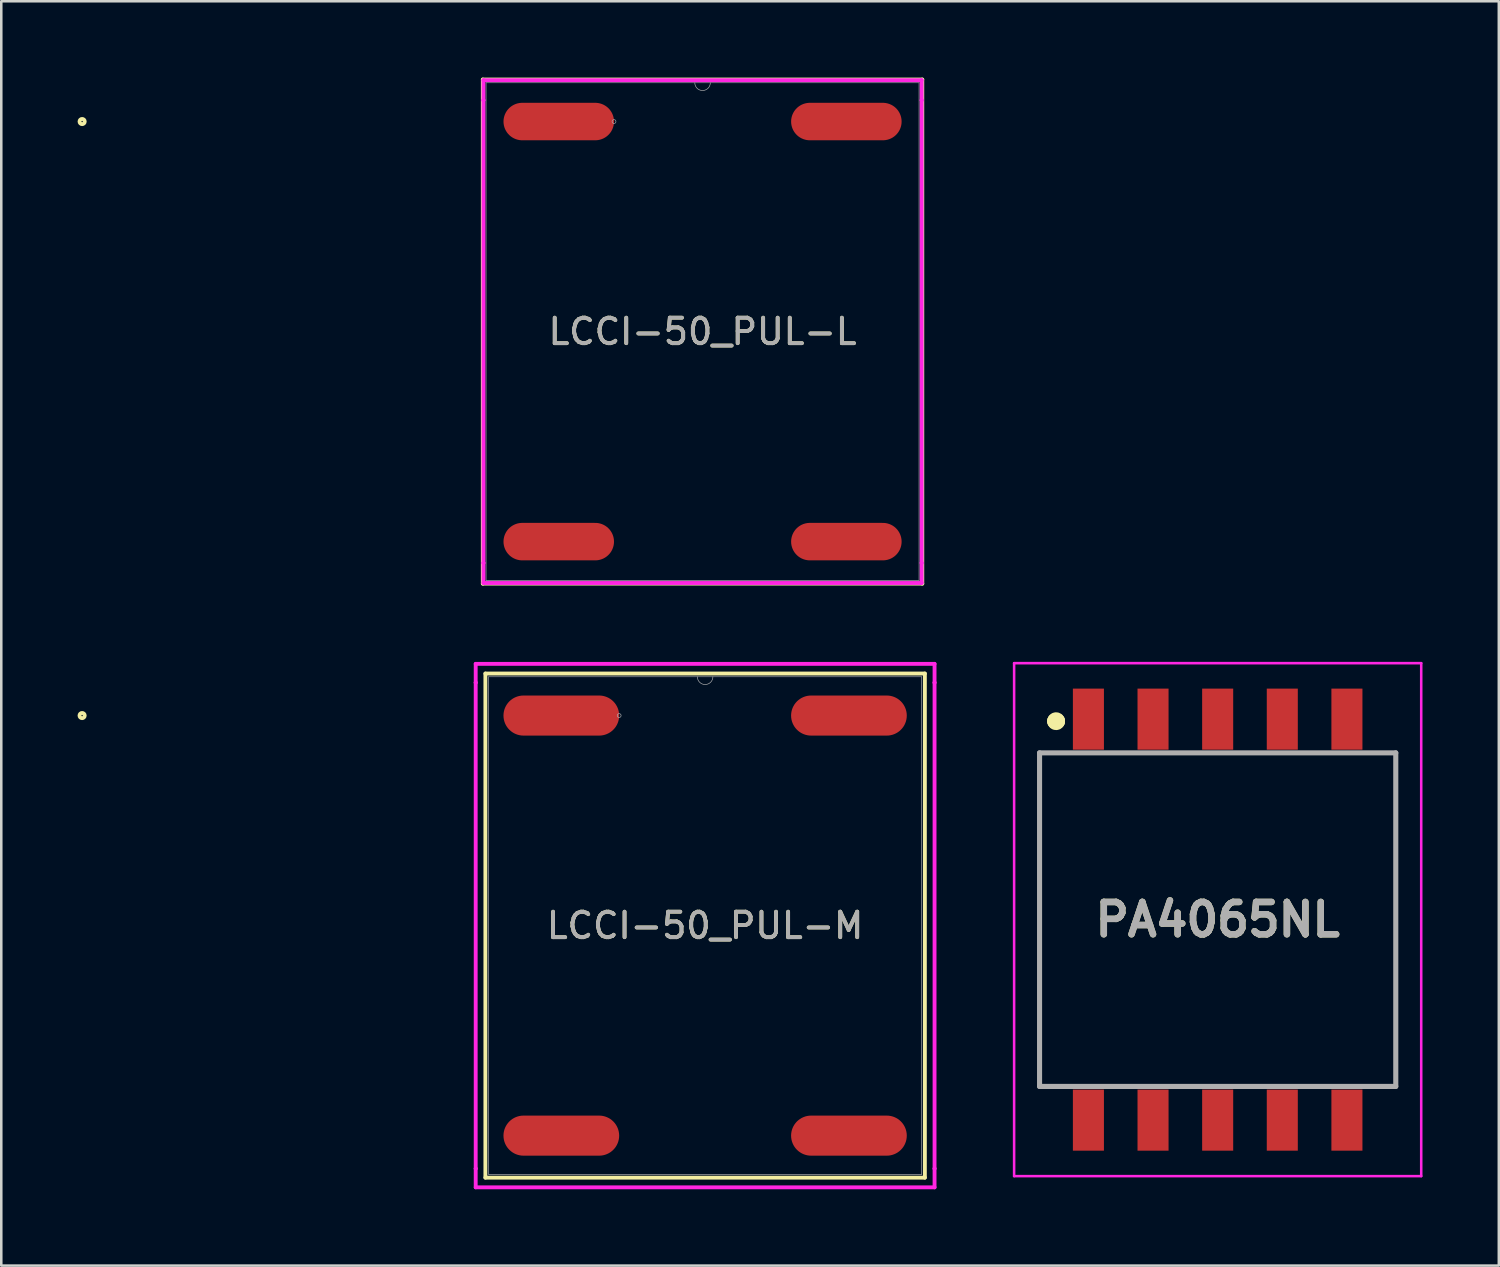
<source format=kicad_pcb>
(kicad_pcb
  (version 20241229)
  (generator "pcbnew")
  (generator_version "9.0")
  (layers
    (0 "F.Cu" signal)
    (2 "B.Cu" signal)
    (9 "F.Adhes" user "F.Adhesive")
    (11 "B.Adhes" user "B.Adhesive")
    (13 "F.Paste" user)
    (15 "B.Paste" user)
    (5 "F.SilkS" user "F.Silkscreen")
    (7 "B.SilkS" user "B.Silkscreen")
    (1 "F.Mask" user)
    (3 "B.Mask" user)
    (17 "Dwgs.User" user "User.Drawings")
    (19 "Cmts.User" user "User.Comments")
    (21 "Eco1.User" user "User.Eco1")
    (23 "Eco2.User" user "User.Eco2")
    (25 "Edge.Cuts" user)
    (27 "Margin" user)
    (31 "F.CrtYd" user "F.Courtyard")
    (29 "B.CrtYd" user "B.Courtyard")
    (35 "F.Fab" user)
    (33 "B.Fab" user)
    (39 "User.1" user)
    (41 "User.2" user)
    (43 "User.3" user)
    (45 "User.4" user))
  (footprint "LCCI-50_PUL-L"
    (layer "F.Cu")
    (at 24.562 9.982)
    (property "Reference" "LCCI-50_PUL-L" (at 0 0 0) (unlocked yes) (layer "F.SilkS") (effects (font (size 1 1) (thickness 0.15))))
    (attr smd)
    (fp_line (start -8.636 -9.906) (end -8.636 9.906) (stroke (width 0.152) (type solid)) (layer "F.SilkS"))
    (fp_line (start -8.636 9.906) (end 8.636 9.906) (stroke (width 0.152) (type solid)) (layer "F.SilkS"))
    (fp_line (start 8.636 -9.906) (end -8.636 -9.906) (stroke (width 0.152) (type solid)) (layer "F.SilkS"))
    (fp_line (start 8.636 9.906) (end 8.636 -9.906) (stroke (width 0.152) (type solid)) (layer "F.SilkS"))
    (fp_circle (center -24.384 -8.255) (end -24.282 -8.255) (stroke (width 0.152) (type solid)) (fill no) (layer "F.SilkS"))
    (fp_line (start -8.611 -9.881) (end 8.611 -9.881) (stroke (width 0.152) (type solid)) (layer "F.CrtYd"))
    (fp_line (start -8.611 -9.093) (end -8.611 -9.881) (stroke (width 0.152) (type solid)) (layer "F.CrtYd"))
    (fp_line (start -8.611 -9.093) (end -8.611 -9.093) (stroke (width 0.152) (type solid)) (layer "F.CrtYd"))
    (fp_line (start -8.611 9.093) (end -8.611 -9.093) (stroke (width 0.152) (type solid)) (layer "F.CrtYd"))
    (fp_line (start -8.611 9.093) (end -8.611 9.093) (stroke (width 0.152) (type solid)) (layer "F.CrtYd"))
    (fp_line (start -8.611 9.881) (end -8.611 9.093) (stroke (width 0.152) (type solid)) (layer "F.CrtYd"))
    (fp_line (start 8.611 -9.881) (end 8.611 -9.093) (stroke (width 0.152) (type solid)) (layer "F.CrtYd"))
    (fp_line (start 8.611 -9.093) (end 8.611 -9.093) (stroke (width 0.152) (type solid)) (layer "F.CrtYd"))
    (fp_line (start 8.611 -9.093) (end 8.611 9.093) (stroke (width 0.152) (type solid)) (layer "F.CrtYd"))
    (fp_line (start 8.611 9.093) (end 8.611 9.093) (stroke (width 0.152) (type solid)) (layer "F.CrtYd"))
    (fp_line (start 8.611 9.093) (end 8.611 9.881) (stroke (width 0.152) (type solid)) (layer "F.CrtYd"))
    (fp_line (start 8.611 9.881) (end -8.611 9.881) (stroke (width 0.152) (type solid)) (layer "F.CrtYd"))
    (fp_line (start -8.509 -9.779) (end -8.509 9.779) (stroke (width 0.025) (type solid)) (layer "F.Fab"))
    (fp_line (start -8.509 9.779) (end 8.509 9.779) (stroke (width 0.025) (type solid)) (layer "F.Fab"))
    (fp_line (start 8.509 -9.779) (end -8.509 -9.779) (stroke (width 0.025) (type solid)) (layer "F.Fab"))
    (fp_line (start 8.509 9.779) (end 8.509 -9.779) (stroke (width 0.025) (type solid)) (layer "F.Fab"))
    (fp_arc (start 0.3048 -9.779) (mid 0 -9.4742) (end -0.3048 -9.779) (stroke (width 0.0254) (type solid)) (layer "F.Fab"))
    (fp_circle (center -3.48 -8.255) (end -3.404 -8.255) (stroke (width 0.025) (type solid)) (fill no) (layer "F.Fab"))
    (fp_text user "${REFERENCE}" (at 0 0 0) (unlocked yes) (layer "F.Fab") (effects (font (size 1 1) (thickness 0.15))))
    (pad "1" smd oval (at -5.652 -8.255) (size 4.343 1.473) (layers "F.Cu" "F.Mask" "F.Paste"))
    (pad "2" smd oval (at -5.652 8.255) (size 4.343 1.473) (layers "F.Cu" "F.Mask" "F.Paste"))
    (pad "3" smd oval (at 5.652 8.255) (size 4.343 1.473) (layers "F.Cu" "F.Mask" "F.Paste"))
    (pad "4" smd oval (at 5.652 -8.255) (size 4.343 1.473) (layers "F.Cu" "F.Mask" "F.Paste")))
  (footprint "PA4065NL"
    (layer "F.Cu")
    (at 44.807 33.094)
    (property "Reference" "PA4065NL" (at 0 0 0) (layer "F.SilkS") (effects (font (size 1.27 1.27) (thickness 0.254))))
    (attr smd)
    (fp_line (start -7 -6.555) (end 7 -6.555) (stroke (width 0.1) (type solid)) (layer "F.SilkS"))
    (fp_line (start -7 6.555) (end -7 -6.555) (stroke (width 0.1) (type solid)) (layer "F.SilkS"))
    (fp_line (start -6.4 -7.8) (end -6.4 -7.8) (stroke (width 0.6) (type solid)) (layer "F.SilkS"))
    (fp_line (start -6.3 -7.8) (end -6.3 -7.8) (stroke (width 0.6) (type solid)) (layer "F.SilkS"))
    (fp_line (start 7 -6.555) (end 7 6.555) (stroke (width 0.1) (type solid)) (layer "F.SilkS"))
    (fp_line (start 7 6.555) (end -7 6.555) (stroke (width 0.1) (type solid)) (layer "F.SilkS"))
    (fp_arc (start -6.4 -7.8) (mid -6.35 -7.85) (end -6.3 -7.8) (stroke (width 0.6) (type solid)) (layer "F.SilkS"))
    (fp_arc (start -6.3 -7.8) (mid -6.35 -7.75) (end -6.4 -7.8) (stroke (width 0.6) (type solid)) (layer "F.SilkS"))
    (fp_line (start -8 -10.08) (end 8 -10.08) (stroke (width 0.1) (type solid)) (layer "F.CrtYd"))
    (fp_line (start -8 10.08) (end -8 -10.08) (stroke (width 0.1) (type solid)) (layer "F.CrtYd"))
    (fp_line (start 8 -10.08) (end 8 10.08) (stroke (width 0.1) (type solid)) (layer "F.CrtYd"))
    (fp_line (start 8 10.08) (end -8 10.08) (stroke (width 0.1) (type solid)) (layer "F.CrtYd"))
    (fp_line (start -7 -6.555) (end 7 -6.555) (stroke (width 0.2) (type solid)) (layer "F.Fab"))
    (fp_line (start -7 6.555) (end -7 -6.555) (stroke (width 0.2) (type solid)) (layer "F.Fab"))
    (fp_line (start 7 -6.555) (end 7 6.555) (stroke (width 0.2) (type solid)) (layer "F.Fab"))
    (fp_line (start 7 6.555) (end -7 6.555) (stroke (width 0.2) (type solid)) (layer "F.Fab"))
    (fp_text user "${REFERENCE}" (at 0 0 0) (layer "F.Fab") (effects (font (size 1.27 1.27) (thickness 0.254))))
    (pad "1" smd rect (at -5.08 -7.88) (size 1.22 2.4) (layers "F.Cu" "F.Mask" "F.Paste"))
    (pad "2" smd rect (at -2.54 -7.88) (size 1.22 2.4) (layers "F.Cu" "F.Mask" "F.Paste"))
    (pad "3" smd rect (at 0 -7.88) (size 1.22 2.4) (layers "F.Cu" "F.Mask" "F.Paste"))
    (pad "4" smd rect (at 2.54 -7.88) (size 1.22 2.4) (layers "F.Cu" "F.Mask" "F.Paste"))
    (pad "5" smd rect (at 5.08 -7.88) (size 1.22 2.4) (layers "F.Cu" "F.Mask" "F.Paste"))
    (pad "6" smd rect (at -5.08 7.88) (size 1.22 2.4) (layers "F.Cu" "F.Mask" "F.Paste"))
    (pad "7" smd rect (at -2.54 7.88) (size 1.22 2.4) (layers "F.Cu" "F.Mask" "F.Paste"))
    (pad "8" smd rect (at 0 7.88) (size 1.22 2.4) (layers "F.Cu" "F.Mask" "F.Paste"))
    (pad "9" smd rect (at 2.54 7.88) (size 1.22 2.4) (layers "F.Cu" "F.Mask" "F.Paste"))
    (pad "10" smd rect (at 5.08 7.88) (size 1.22 2.4) (layers "F.Cu" "F.Mask" "F.Paste")))
  (footprint "LCCI-50_PUL-M"
    (layer "F.Cu")
    (at 24.663 33.328)
    (property "Reference" "LCCI-50_PUL-M" (at 0 0 0) (unlocked yes) (layer "F.SilkS") (effects (font (size 1 1) (thickness 0.15))))
    (attr smd)
    (fp_line (start -8.636 -9.906) (end -8.636 9.906) (stroke (width 0.152) (type solid)) (layer "F.SilkS"))
    (fp_line (start -8.636 9.906) (end 8.636 9.906) (stroke (width 0.152) (type solid)) (layer "F.SilkS"))
    (fp_line (start 8.636 -9.906) (end -8.636 -9.906) (stroke (width 0.152) (type solid)) (layer "F.SilkS"))
    (fp_line (start 8.636 9.906) (end 8.636 -9.906) (stroke (width 0.152) (type solid)) (layer "F.SilkS"))
    (fp_circle (center -24.486 -8.255) (end -24.384 -8.255) (stroke (width 0.152) (type solid)) (fill no) (layer "F.SilkS"))
    (fp_line (start -9.017 -10.287) (end 9.017 -10.287) (stroke (width 0.152) (type solid)) (layer "F.CrtYd"))
    (fp_line (start -9.017 -9.55) (end -9.017 -10.287) (stroke (width 0.152) (type solid)) (layer "F.CrtYd"))
    (fp_line (start -9.017 -9.55) (end -9.017 -9.55) (stroke (width 0.152) (type solid)) (layer "F.CrtYd"))
    (fp_line (start -9.017 9.55) (end -9.017 -9.55) (stroke (width 0.152) (type solid)) (layer "F.CrtYd"))
    (fp_line (start -9.017 9.55) (end -9.017 9.55) (stroke (width 0.152) (type solid)) (layer "F.CrtYd"))
    (fp_line (start -9.017 10.287) (end -9.017 9.55) (stroke (width 0.152) (type solid)) (layer "F.CrtYd"))
    (fp_line (start 9.017 -10.287) (end 9.017 -9.55) (stroke (width 0.152) (type solid)) (layer "F.CrtYd"))
    (fp_line (start 9.017 -9.55) (end 9.017 -9.55) (stroke (width 0.152) (type solid)) (layer "F.CrtYd"))
    (fp_line (start 9.017 -9.55) (end 9.017 9.55) (stroke (width 0.152) (type solid)) (layer "F.CrtYd"))
    (fp_line (start 9.017 9.55) (end 9.017 9.55) (stroke (width 0.152) (type solid)) (layer "F.CrtYd"))
    (fp_line (start 9.017 9.55) (end 9.017 10.287) (stroke (width 0.152) (type solid)) (layer "F.CrtYd"))
    (fp_line (start 9.017 10.287) (end -9.017 10.287) (stroke (width 0.152) (type solid)) (layer "F.CrtYd"))
    (fp_line (start -8.509 -9.779) (end -8.509 9.779) (stroke (width 0.025) (type solid)) (layer "F.Fab"))
    (fp_line (start -8.509 9.779) (end 8.509 9.779) (stroke (width 0.025) (type solid)) (layer "F.Fab"))
    (fp_line (start 8.509 -9.779) (end -8.509 -9.779) (stroke (width 0.025) (type solid)) (layer "F.Fab"))
    (fp_line (start 8.509 9.779) (end 8.509 -9.779) (stroke (width 0.025) (type solid)) (layer "F.Fab"))
    (fp_arc (start 0.3048 -9.779) (mid 0 -9.4742) (end -0.3048 -9.779) (stroke (width 0.0254) (type solid)) (layer "F.Fab"))
    (fp_circle (center -3.378 -8.255) (end -3.302 -8.255) (stroke (width 0.025) (type solid)) (fill no) (layer "F.Fab"))
    (fp_text user "${REFERENCE}" (at 0 0 0) (unlocked yes) (layer "F.Fab") (effects (font (size 1 1) (thickness 0.15))))
    (pad "1" smd oval (at -5.652 -8.255) (size 4.547 1.575) (layers "F.Cu" "F.Mask" "F.Paste"))
    (pad "2" smd oval (at -5.652 8.255) (size 4.547 1.575) (layers "F.Cu" "F.Mask" "F.Paste"))
    (pad "3" smd oval (at 5.652 8.255) (size 4.547 1.575) (layers "F.Cu" "F.Mask" "F.Paste"))
    (pad "4" smd oval (at 5.652 -8.255) (size 4.547 1.575) (layers "F.Cu" "F.Mask" "F.Paste")))
  (gr_rect
    (start -3 -3)
    (end 55.857 46.691)
    (stroke (width 0.1) (type default))
    (fill no)
    (layer "Edge.Cuts")))
</source>
